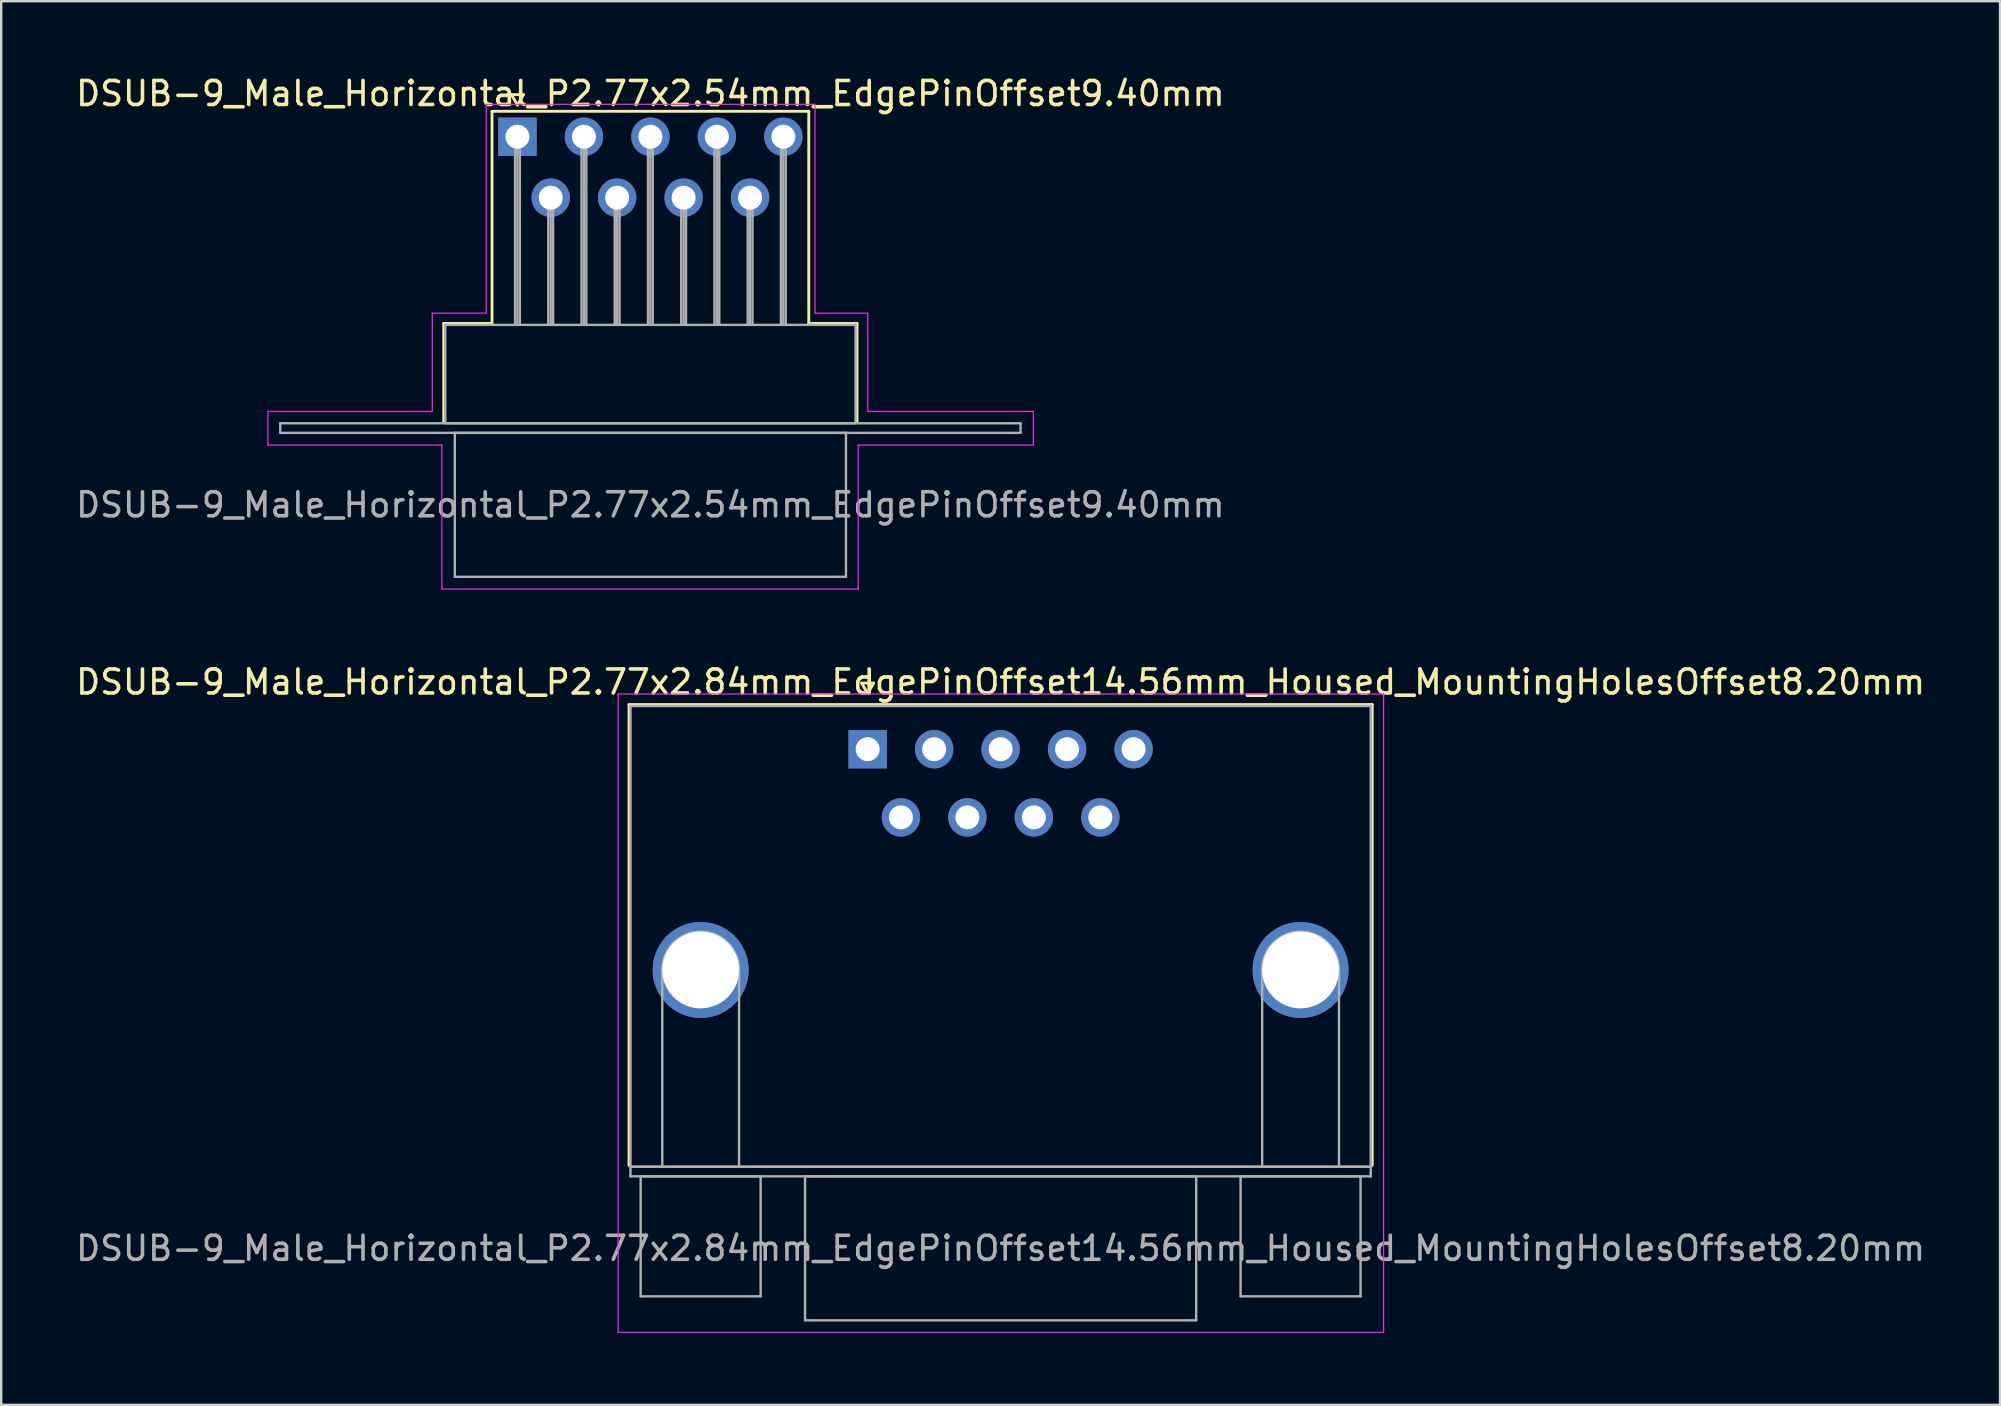
<source format=kicad_pcb>
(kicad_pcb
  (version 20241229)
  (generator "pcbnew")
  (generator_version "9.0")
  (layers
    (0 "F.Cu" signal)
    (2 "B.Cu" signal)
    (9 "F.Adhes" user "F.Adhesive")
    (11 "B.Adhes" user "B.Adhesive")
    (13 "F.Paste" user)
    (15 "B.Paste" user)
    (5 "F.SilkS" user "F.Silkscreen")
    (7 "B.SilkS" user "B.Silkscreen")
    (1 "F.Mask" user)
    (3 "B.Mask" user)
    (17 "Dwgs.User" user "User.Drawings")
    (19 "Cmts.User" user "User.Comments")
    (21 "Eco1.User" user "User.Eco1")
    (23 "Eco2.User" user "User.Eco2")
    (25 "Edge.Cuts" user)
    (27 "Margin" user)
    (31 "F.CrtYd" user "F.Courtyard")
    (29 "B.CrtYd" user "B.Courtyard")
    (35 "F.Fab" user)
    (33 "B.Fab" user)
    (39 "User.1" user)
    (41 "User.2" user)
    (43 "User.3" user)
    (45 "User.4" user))
  (footprint "DSUB-9_Male_Horizontal_P2.77x2.84mm_EdgePinOffset14.56mm_Housed_MountingHolesOffset8.20mm"
    (layer "F.Cu")
    (at 33.109 28.172)
    (property "Reference" "DSUB-9_Male_Horizontal_P2.77x2.84mm_EdgePinOffset14.56mm_Housed_MountingHolesOffset8.20mm" (at 5.54 -2.8 0) (layer "F.SilkS") (effects (font (size 1 1) (thickness 0.15))))
    (attr through_hole)
    (fp_line (start -9.945 -1.86) (end 21.025 -1.86) (stroke (width 0.12) (type solid)) (layer "F.SilkS"))
    (fp_line (start -9.945 17.34) (end -9.945 -1.86) (stroke (width 0.12) (type solid)) (layer "F.SilkS"))
    (fp_line (start -0.25 -2.754) (end 0.25 -2.754) (stroke (width 0.12) (type solid)) (layer "F.SilkS"))
    (fp_line (start 0 -2.321) (end -0.25 -2.754) (stroke (width 0.12) (type solid)) (layer "F.SilkS"))
    (fp_line (start 0.25 -2.754) (end 0 -2.321) (stroke (width 0.12) (type solid)) (layer "F.SilkS"))
    (fp_line (start 21.025 -1.86) (end 21.025 17.34) (stroke (width 0.12) (type solid)) (layer "F.SilkS"))
    (fp_line (start -10.4 -2.3) (end -10.4 24.3) (stroke (width 0.05) (type solid)) (layer "F.CrtYd"))
    (fp_line (start -10.4 24.3) (end 21.5 24.3) (stroke (width 0.05) (type solid)) (layer "F.CrtYd"))
    (fp_line (start 21.5 -2.3) (end -10.4 -2.3) (stroke (width 0.05) (type solid)) (layer "F.CrtYd"))
    (fp_line (start 21.5 24.3) (end 21.5 -2.3) (stroke (width 0.05) (type solid)) (layer "F.CrtYd"))
    (fp_line (start -9.885 -1.8) (end -9.885 17.4) (stroke (width 0.1) (type solid)) (layer "F.Fab"))
    (fp_line (start -9.885 17.4) (end -9.885 17.8) (stroke (width 0.1) (type solid)) (layer "F.Fab"))
    (fp_line (start -9.885 17.4) (end 20.965 17.4) (stroke (width 0.1) (type solid)) (layer "F.Fab"))
    (fp_line (start -9.885 17.8) (end 20.965 17.8) (stroke (width 0.1) (type solid)) (layer "F.Fab"))
    (fp_line (start -9.46 17.8) (end -9.46 22.8) (stroke (width 0.1) (type solid)) (layer "F.Fab"))
    (fp_line (start -9.46 22.8) (end -4.46 22.8) (stroke (width 0.1) (type solid)) (layer "F.Fab"))
    (fp_line (start -8.56 17.4) (end -8.56 9.2) (stroke (width 0.1) (type solid)) (layer "F.Fab"))
    (fp_line (start -5.36 17.4) (end -5.36 9.2) (stroke (width 0.1) (type solid)) (layer "F.Fab"))
    (fp_line (start -4.46 17.8) (end -9.46 17.8) (stroke (width 0.1) (type solid)) (layer "F.Fab"))
    (fp_line (start -4.46 22.8) (end -4.46 17.8) (stroke (width 0.1) (type solid)) (layer "F.Fab"))
    (fp_line (start -2.61 17.8) (end -2.61 23.8) (stroke (width 0.1) (type solid)) (layer "F.Fab"))
    (fp_line (start -2.61 23.8) (end 13.69 23.8) (stroke (width 0.1) (type solid)) (layer "F.Fab"))
    (fp_line (start 13.69 17.8) (end -2.61 17.8) (stroke (width 0.1) (type solid)) (layer "F.Fab"))
    (fp_line (start 13.69 23.8) (end 13.69 17.8) (stroke (width 0.1) (type solid)) (layer "F.Fab"))
    (fp_line (start 15.54 17.8) (end 15.54 22.8) (stroke (width 0.1) (type solid)) (layer "F.Fab"))
    (fp_line (start 15.54 22.8) (end 20.54 22.8) (stroke (width 0.1) (type solid)) (layer "F.Fab"))
    (fp_line (start 16.44 17.4) (end 16.44 9.2) (stroke (width 0.1) (type solid)) (layer "F.Fab"))
    (fp_line (start 19.64 17.4) (end 19.64 9.2) (stroke (width 0.1) (type solid)) (layer "F.Fab"))
    (fp_line (start 20.54 17.8) (end 15.54 17.8) (stroke (width 0.1) (type solid)) (layer "F.Fab"))
    (fp_line (start 20.54 22.8) (end 20.54 17.8) (stroke (width 0.1) (type solid)) (layer "F.Fab"))
    (fp_line (start 20.965 -1.8) (end -9.885 -1.8) (stroke (width 0.1) (type solid)) (layer "F.Fab"))
    (fp_line (start 20.965 17.4) (end -9.885 17.4) (stroke (width 0.1) (type solid)) (layer "F.Fab"))
    (fp_line (start 20.965 17.4) (end 20.965 -1.8) (stroke (width 0.1) (type solid)) (layer "F.Fab"))
    (fp_line (start 20.965 17.8) (end 20.965 17.4) (stroke (width 0.1) (type solid)) (layer "F.Fab"))
    (fp_arc (start -8.56 9.2) (mid -6.96 7.6) (end -5.36 9.2) (stroke (width 0.1) (type solid)) (layer "F.Fab"))
    (fp_arc (start 16.44 9.2) (mid 18.04 7.6) (end 19.64 9.2) (stroke (width 0.1) (type solid)) (layer "F.Fab"))
    (fp_text user "${REFERENCE}" (at 5.54 20.8 0) (layer "F.Fab") (effects (font (size 1 1) (thickness 0.15))))
    (pad "0" thru_hole circle (at -6.96 9.2) (size 4 4) (drill 3.2) (layers "*.Cu" "*.Mask"))
    (pad "0" thru_hole circle (at 18.04 9.2) (size 4 4) (drill 3.2) (layers "*.Cu" "*.Mask"))
    (pad "1" thru_hole rect (at 0 0) (size 1.6 1.6) (drill 1) (layers "*.Cu" "*.Mask"))
    (pad "2" thru_hole circle (at 2.77 0) (size 1.6 1.6) (drill 1) (layers "*.Cu" "*.Mask"))
    (pad "3" thru_hole circle (at 5.54 0) (size 1.6 1.6) (drill 1) (layers "*.Cu" "*.Mask"))
    (pad "4" thru_hole circle (at 8.31 0) (size 1.6 1.6) (drill 1) (layers "*.Cu" "*.Mask"))
    (pad "5" thru_hole circle (at 11.08 0) (size 1.6 1.6) (drill 1) (layers "*.Cu" "*.Mask"))
    (pad "6" thru_hole circle (at 1.385 2.84) (size 1.6 1.6) (drill 1) (layers "*.Cu" "*.Mask"))
    (pad "7" thru_hole circle (at 4.155 2.84) (size 1.6 1.6) (drill 1) (layers "*.Cu" "*.Mask"))
    (pad "8" thru_hole circle (at 6.925 2.84) (size 1.6 1.6) (drill 1) (layers "*.Cu" "*.Mask"))
    (pad "9" thru_hole circle (at 9.695 2.84) (size 1.6 1.6) (drill 1) (layers "*.Cu" "*.Mask")))
  (footprint "DSUB-9_Male_Horizontal_P2.77x2.54mm_EdgePinOffset9.40mm"
    (layer "F.Cu")
    (at 18.514 2.648)
    (property "Reference" "DSUB-9_Male_Horizontal_P2.77x2.54mm_EdgePinOffset9.40mm" (at 5.54 -1.8 0) (layer "F.SilkS") (effects (font (size 1 1) (thickness 0.15))))
    (attr through_hole)
    (fp_line (start -3.07 7.78) (end -1.06 7.78) (stroke (width 0.12) (type solid)) (layer "F.SilkS"))
    (fp_line (start -3.07 11.88) (end -3.07 7.78) (stroke (width 0.12) (type solid)) (layer "F.SilkS"))
    (fp_line (start -1.06 -1.06) (end 12.14 -1.06) (stroke (width 0.12) (type solid)) (layer "F.SilkS"))
    (fp_line (start -1.06 7.78) (end -1.06 -1.06) (stroke (width 0.12) (type solid)) (layer "F.SilkS"))
    (fp_line (start -0.25 -1.754) (end 0.25 -1.754) (stroke (width 0.12) (type solid)) (layer "F.SilkS"))
    (fp_line (start 0 -1.321) (end -0.25 -1.754) (stroke (width 0.12) (type solid)) (layer "F.SilkS"))
    (fp_line (start 0.25 -1.754) (end 0 -1.321) (stroke (width 0.12) (type solid)) (layer "F.SilkS"))
    (fp_line (start 12.14 -1.06) (end 12.14 7.78) (stroke (width 0.12) (type solid)) (layer "F.SilkS"))
    (fp_line (start 12.14 7.78) (end 14.15 7.78) (stroke (width 0.12) (type solid)) (layer "F.SilkS"))
    (fp_line (start 14.15 7.78) (end 14.15 11.88) (stroke (width 0.12) (type solid)) (layer "F.SilkS"))
    (fp_line (start -10.4 11.45) (end -3.55 11.45) (stroke (width 0.05) (type solid)) (layer "F.CrtYd"))
    (fp_line (start -10.4 12.85) (end -10.4 11.45) (stroke (width 0.05) (type solid)) (layer "F.CrtYd"))
    (fp_line (start -3.55 7.35) (end -1.3 7.35) (stroke (width 0.05) (type solid)) (layer "F.CrtYd"))
    (fp_line (start -3.55 11.45) (end -3.55 7.35) (stroke (width 0.05) (type solid)) (layer "F.CrtYd"))
    (fp_line (start -3.15 12.85) (end -10.4 12.85) (stroke (width 0.05) (type solid)) (layer "F.CrtYd"))
    (fp_line (start -3.15 18.85) (end -3.15 12.85) (stroke (width 0.05) (type solid)) (layer "F.CrtYd"))
    (fp_line (start -1.3 -1.35) (end 12.4 -1.35) (stroke (width 0.05) (type solid)) (layer "F.CrtYd"))
    (fp_line (start -1.3 7.35) (end -1.3 -1.35) (stroke (width 0.05) (type solid)) (layer "F.CrtYd"))
    (fp_line (start 12.4 -1.35) (end 12.4 7.35) (stroke (width 0.05) (type solid)) (layer "F.CrtYd"))
    (fp_line (start 12.4 7.35) (end 14.6 7.35) (stroke (width 0.05) (type solid)) (layer "F.CrtYd"))
    (fp_line (start 14.2 12.85) (end 14.2 18.85) (stroke (width 0.05) (type solid)) (layer "F.CrtYd"))
    (fp_line (start 14.2 18.85) (end -3.15 18.85) (stroke (width 0.05) (type solid)) (layer "F.CrtYd"))
    (fp_line (start 14.6 7.35) (end 14.6 11.45) (stroke (width 0.05) (type solid)) (layer "F.CrtYd"))
    (fp_line (start 14.6 11.45) (end 21.5 11.45) (stroke (width 0.05) (type solid)) (layer "F.CrtYd"))
    (fp_line (start 21.5 11.45) (end 21.5 12.85) (stroke (width 0.05) (type solid)) (layer "F.CrtYd"))
    (fp_line (start 21.5 12.85) (end 14.2 12.85) (stroke (width 0.05) (type solid)) (layer "F.CrtYd"))
    (fp_line (start -9.885 11.94) (end -9.885 12.34) (stroke (width 0.1) (type solid)) (layer "F.Fab"))
    (fp_line (start -9.885 12.34) (end 20.965 12.34) (stroke (width 0.1) (type solid)) (layer "F.Fab"))
    (fp_line (start -3.01 7.84) (end -3.01 11.94) (stroke (width 0.1) (type solid)) (layer "F.Fab"))
    (fp_line (start -3.01 11.94) (end 14.09 11.94) (stroke (width 0.1) (type solid)) (layer "F.Fab"))
    (fp_line (start -2.61 12.34) (end -2.61 18.34) (stroke (width 0.1) (type solid)) (layer "F.Fab"))
    (fp_line (start -2.61 18.34) (end 13.69 18.34) (stroke (width 0.1) (type solid)) (layer "F.Fab"))
    (fp_line (start -0.1 0) (end -0.1 7.84) (stroke (width 0.1) (type solid)) (layer "F.Fab"))
    (fp_line (start 0 0) (end 0 7.84) (stroke (width 0.1) (type solid)) (layer "F.Fab"))
    (fp_line (start 0.1 0) (end 0.1 7.84) (stroke (width 0.1) (type solid)) (layer "F.Fab"))
    (fp_line (start 1.285 2.54) (end 1.285 7.84) (stroke (width 0.1) (type solid)) (layer "F.Fab"))
    (fp_line (start 1.385 2.54) (end 1.385 7.84) (stroke (width 0.1) (type solid)) (layer "F.Fab"))
    (fp_line (start 1.485 2.54) (end 1.485 7.84) (stroke (width 0.1) (type solid)) (layer "F.Fab"))
    (fp_line (start 2.67 0) (end 2.67 7.84) (stroke (width 0.1) (type solid)) (layer "F.Fab"))
    (fp_line (start 2.77 0) (end 2.77 7.84) (stroke (width 0.1) (type solid)) (layer "F.Fab"))
    (fp_line (start 2.87 0) (end 2.87 7.84) (stroke (width 0.1) (type solid)) (layer "F.Fab"))
    (fp_line (start 4.055 2.54) (end 4.055 7.84) (stroke (width 0.1) (type solid)) (layer "F.Fab"))
    (fp_line (start 4.155 2.54) (end 4.155 7.84) (stroke (width 0.1) (type solid)) (layer "F.Fab"))
    (fp_line (start 4.255 2.54) (end 4.255 7.84) (stroke (width 0.1) (type solid)) (layer "F.Fab"))
    (fp_line (start 5.44 0) (end 5.44 7.84) (stroke (width 0.1) (type solid)) (layer "F.Fab"))
    (fp_line (start 5.54 0) (end 5.54 7.84) (stroke (width 0.1) (type solid)) (layer "F.Fab"))
    (fp_line (start 5.64 0) (end 5.64 7.84) (stroke (width 0.1) (type solid)) (layer "F.Fab"))
    (fp_line (start 6.825 2.54) (end 6.825 7.84) (stroke (width 0.1) (type solid)) (layer "F.Fab"))
    (fp_line (start 6.925 2.54) (end 6.925 7.84) (stroke (width 0.1) (type solid)) (layer "F.Fab"))
    (fp_line (start 7.025 2.54) (end 7.025 7.84) (stroke (width 0.1) (type solid)) (layer "F.Fab"))
    (fp_line (start 8.21 0) (end 8.21 7.84) (stroke (width 0.1) (type solid)) (layer "F.Fab"))
    (fp_line (start 8.31 0) (end 8.31 7.84) (stroke (width 0.1) (type solid)) (layer "F.Fab"))
    (fp_line (start 8.41 0) (end 8.41 7.84) (stroke (width 0.1) (type solid)) (layer "F.Fab"))
    (fp_line (start 9.595 2.54) (end 9.595 7.84) (stroke (width 0.1) (type solid)) (layer "F.Fab"))
    (fp_line (start 9.695 2.54) (end 9.695 7.84) (stroke (width 0.1) (type solid)) (layer "F.Fab"))
    (fp_line (start 9.795 2.54) (end 9.795 7.84) (stroke (width 0.1) (type solid)) (layer "F.Fab"))
    (fp_line (start 10.98 0) (end 10.98 7.84) (stroke (width 0.1) (type solid)) (layer "F.Fab"))
    (fp_line (start 11.08 0) (end 11.08 7.84) (stroke (width 0.1) (type solid)) (layer "F.Fab"))
    (fp_line (start 11.18 0) (end 11.18 7.84) (stroke (width 0.1) (type solid)) (layer "F.Fab"))
    (fp_line (start 13.69 12.34) (end -2.61 12.34) (stroke (width 0.1) (type solid)) (layer "F.Fab"))
    (fp_line (start 13.69 18.34) (end 13.69 12.34) (stroke (width 0.1) (type solid)) (layer "F.Fab"))
    (fp_line (start 14.09 7.84) (end -3.01 7.84) (stroke (width 0.1) (type solid)) (layer "F.Fab"))
    (fp_line (start 14.09 11.94) (end 14.09 7.84) (stroke (width 0.1) (type solid)) (layer "F.Fab"))
    (fp_line (start 20.965 11.94) (end -9.885 11.94) (stroke (width 0.1) (type solid)) (layer "F.Fab"))
    (fp_line (start 20.965 12.34) (end 20.965 11.94) (stroke (width 0.1) (type solid)) (layer "F.Fab"))
    (fp_text user "${REFERENCE}" (at 5.54 15.34 0) (layer "F.Fab") (effects (font (size 1 1) (thickness 0.15))))
    (pad "1" thru_hole rect (at 0 0) (size 1.6 1.6) (drill 1) (layers "*.Cu" "*.Mask"))
    (pad "2" thru_hole circle (at 2.77 0) (size 1.6 1.6) (drill 1) (layers "*.Cu" "*.Mask"))
    (pad "3" thru_hole circle (at 5.54 0) (size 1.6 1.6) (drill 1) (layers "*.Cu" "*.Mask"))
    (pad "4" thru_hole circle (at 8.31 0) (size 1.6 1.6) (drill 1) (layers "*.Cu" "*.Mask"))
    (pad "5" thru_hole circle (at 11.08 0) (size 1.6 1.6) (drill 1) (layers "*.Cu" "*.Mask"))
    (pad "6" thru_hole circle (at 1.385 2.54) (size 1.6 1.6) (drill 1) (layers "*.Cu" "*.Mask"))
    (pad "7" thru_hole circle (at 4.155 2.54) (size 1.6 1.6) (drill 1) (layers "*.Cu" "*.Mask"))
    (pad "8" thru_hole circle (at 6.925 2.54) (size 1.6 1.6) (drill 1) (layers "*.Cu" "*.Mask"))
    (pad "9" thru_hole circle (at 9.695 2.54) (size 1.6 1.6) (drill 1) (layers "*.Cu" "*.Mask")))
  (gr_rect
    (start -3 -3)
    (end 80.298 55.496)
    (stroke (width 0.1) (type default))
    (fill no)
    (layer "Edge.Cuts")))
</source>
